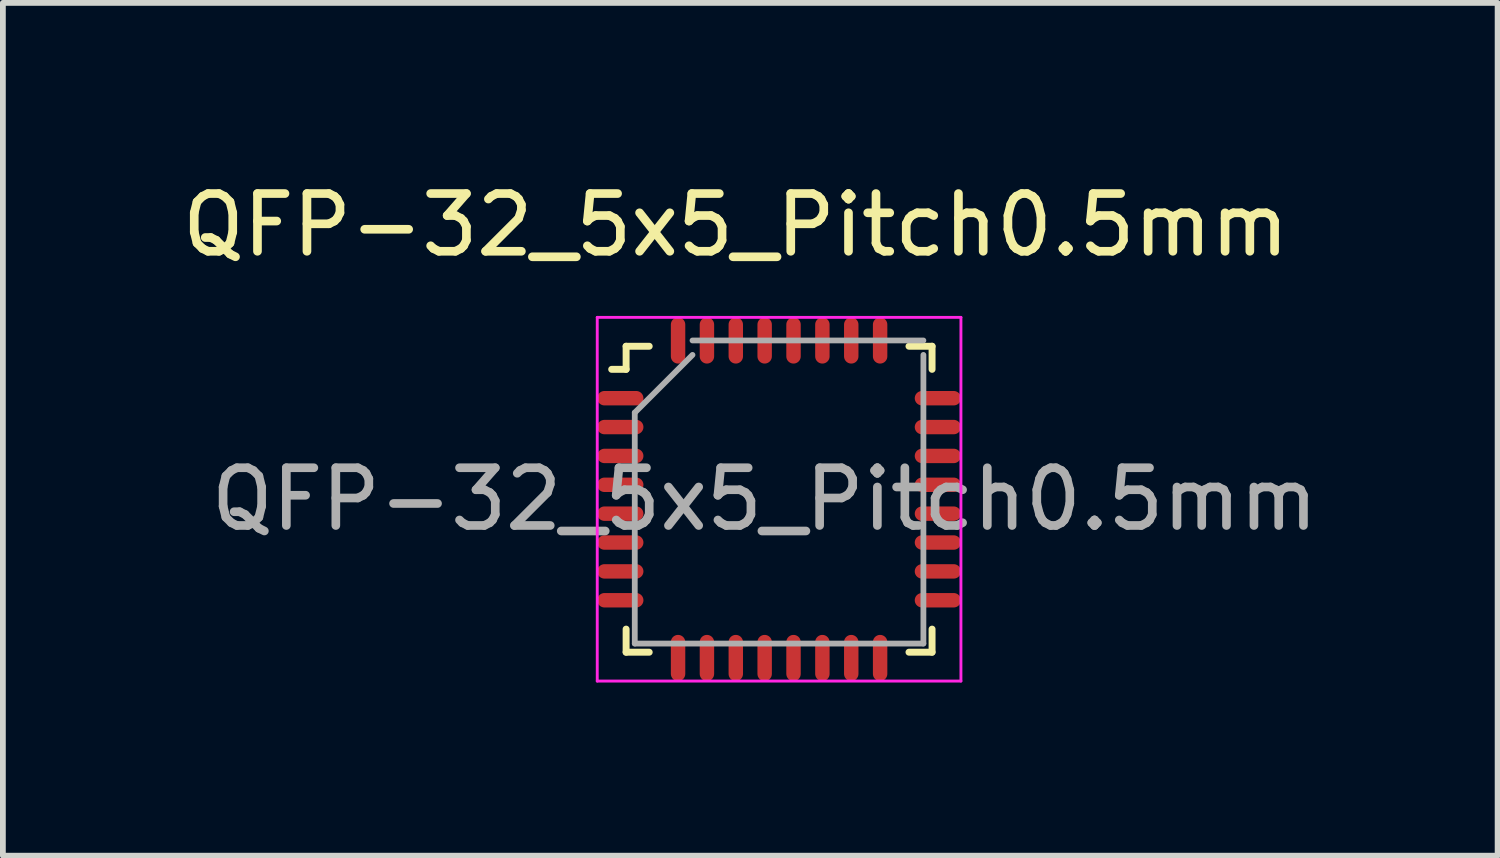
<source format=kicad_pcb>
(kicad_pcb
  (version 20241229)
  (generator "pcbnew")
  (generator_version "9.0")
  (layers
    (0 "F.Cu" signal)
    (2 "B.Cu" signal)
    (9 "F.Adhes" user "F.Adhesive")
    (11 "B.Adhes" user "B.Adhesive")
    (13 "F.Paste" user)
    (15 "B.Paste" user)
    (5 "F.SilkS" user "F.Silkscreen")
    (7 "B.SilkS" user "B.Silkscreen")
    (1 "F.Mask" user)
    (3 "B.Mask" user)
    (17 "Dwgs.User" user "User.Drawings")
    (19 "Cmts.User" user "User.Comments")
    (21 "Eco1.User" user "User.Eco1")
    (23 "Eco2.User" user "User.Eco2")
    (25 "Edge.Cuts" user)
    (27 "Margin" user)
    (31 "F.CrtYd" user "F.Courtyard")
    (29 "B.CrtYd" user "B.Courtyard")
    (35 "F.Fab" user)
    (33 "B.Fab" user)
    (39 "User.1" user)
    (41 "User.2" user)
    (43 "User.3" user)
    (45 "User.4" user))
  (footprint "QFP-32_5x5_Pitch0.5mm"
    (layer "F.Cu")
    (at 10.446 5.598)
    (property "Reference" "QFP-32_5x5_Pitch0.5mm" (at -0.75 -4.75 0) (layer "F.SilkS") (effects (font (size 1 1) (thickness 0.15))))
    (attr smd)
    (fp_line (start -2.65 -2.65) (end -2.65 -2.25) (stroke (width 0.12) (type default)) (layer "F.SilkS"))
    (fp_line (start -2.65 -2.25) (end -2.9 -2.25) (stroke (width 0.12) (type default)) (layer "F.SilkS"))
    (fp_line (start -2.65 2.65) (end -2.65 2.25) (stroke (width 0.12) (type default)) (layer "F.SilkS"))
    (fp_line (start -2.25 -2.65) (end -2.65 -2.65) (stroke (width 0.12) (type default)) (layer "F.SilkS"))
    (fp_line (start -2.25 2.65) (end -2.65 2.65) (stroke (width 0.12) (type default)) (layer "F.SilkS"))
    (fp_line (start 2.25 -2.65) (end 2.65 -2.65) (stroke (width 0.12) (type default)) (layer "F.SilkS"))
    (fp_line (start 2.25 2.65) (end 2.65 2.65) (stroke (width 0.12) (type default)) (layer "F.SilkS"))
    (fp_line (start 2.65 -2.65) (end 2.65 -2.25) (stroke (width 0.12) (type default)) (layer "F.SilkS"))
    (fp_line (start 2.65 2.65) (end 2.65 2.25) (stroke (width 0.12) (type default)) (layer "F.SilkS"))
    (fp_line (start -3.15 -3.15) (end 3.15 -3.15) (stroke (width 0.05) (type default)) (layer "F.CrtYd"))
    (fp_line (start -3.15 3.15) (end -3.15 -3.15) (stroke (width 0.05) (type default)) (layer "F.CrtYd"))
    (fp_line (start 3.15 -3.15) (end 3.15 3.15) (stroke (width 0.05) (type default)) (layer "F.CrtYd"))
    (fp_line (start 3.15 3.15) (end -3.15 3.15) (stroke (width 0.05) (type default)) (layer "F.CrtYd"))
    (fp_line (start -2.5 -1.5) (end -2.5 2.5) (stroke (width 0.1) (type default)) (layer "F.Fab"))
    (fp_line (start -2.5 2.5) (end 2.5 2.5) (stroke (width 0.1) (type default)) (layer "F.Fab"))
    (fp_line (start -1.5 -2.5) (end -2.5 -1.5) (stroke (width 0.1) (type default)) (layer "F.Fab"))
    (fp_line (start 2.5 -2.75) (end -1.5 -2.75) (stroke (width 0.1) (type default)) (layer "F.Fab"))
    (fp_line (start 2.5 2.5) (end 2.5 -2.5) (stroke (width 0.1) (type default)) (layer "F.Fab"))
    (fp_text user "${REFERENCE}" (at -0.25 0 0) (layer "F.Fab") (effects (font (size 1 1) (thickness 0.15))))
    (pad "1" smd oval (at -2.75 -1.75 90) (size 0.25 0.8) (layers "F.Cu" "F.Mask" "F.Paste"))
    (pad "2" smd oval (at -2.75 -1.25 90) (size 0.25 0.8) (layers "F.Cu" "F.Mask" "F.Paste"))
    (pad "3" smd oval (at -2.75 -0.75 90) (size 0.25 0.8) (layers "F.Cu" "F.Mask" "F.Paste"))
    (pad "4" smd oval (at -2.75 -0.25 90) (size 0.25 0.8) (layers "F.Cu" "F.Mask" "F.Paste"))
    (pad "5" smd oval (at -2.75 0.25 90) (size 0.25 0.8) (layers "F.Cu" "F.Mask" "F.Paste"))
    (pad "6" smd oval (at -2.75 0.75 90) (size 0.25 0.8) (layers "F.Cu" "F.Mask" "F.Paste"))
    (pad "7" smd oval (at -2.75 1.25 90) (size 0.25 0.8) (layers "F.Cu" "F.Mask" "F.Paste"))
    (pad "8" smd oval (at -2.75 1.75 90) (size 0.25 0.8) (layers "F.Cu" "F.Mask" "F.Paste"))
    (pad "9" smd oval (at -1.75 2.75) (size 0.25 0.8) (layers "F.Cu" "F.Mask" "F.Paste"))
    (pad "10" smd oval (at -1.25 2.75) (size 0.25 0.8) (layers "F.Cu" "F.Mask" "F.Paste"))
    (pad "11" smd oval (at -0.75 2.75) (size 0.25 0.8) (layers "F.Cu" "F.Mask" "F.Paste"))
    (pad "12" smd oval (at -0.25 2.75) (size 0.25 0.8) (layers "F.Cu" "F.Mask" "F.Paste"))
    (pad "13" smd oval (at 0.25 2.75) (size 0.25 0.8) (layers "F.Cu" "F.Mask" "F.Paste"))
    (pad "14" smd oval (at 0.75 2.75) (size 0.25 0.8) (layers "F.Cu" "F.Mask" "F.Paste"))
    (pad "15" smd oval (at 1.25 2.75) (size 0.25 0.8) (layers "F.Cu" "F.Mask" "F.Paste"))
    (pad "16" smd oval (at 1.75 2.75) (size 0.25 0.8) (layers "F.Cu" "F.Mask" "F.Paste"))
    (pad "17" smd oval (at 2.75 1.75 90) (size 0.25 0.8) (layers "F.Cu" "F.Mask" "F.Paste"))
    (pad "18" smd oval (at 2.75 1.25 90) (size 0.25 0.8) (layers "F.Cu" "F.Mask" "F.Paste"))
    (pad "19" smd oval (at 2.75 0.75 90) (size 0.25 0.8) (layers "F.Cu" "F.Mask" "F.Paste"))
    (pad "20" smd oval (at 2.75 0.25 90) (size 0.25 0.8) (layers "F.Cu" "F.Mask" "F.Paste"))
    (pad "21" smd oval (at 2.75 -0.25 90) (size 0.25 0.8) (layers "F.Cu" "F.Mask" "F.Paste"))
    (pad "22" smd oval (at 2.75 -0.75 90) (size 0.25 0.8) (layers "F.Cu" "F.Mask" "F.Paste"))
    (pad "23" smd oval (at 2.75 -1.25 90) (size 0.25 0.8) (layers "F.Cu" "F.Mask" "F.Paste"))
    (pad "24" smd oval (at 2.75 -1.75 90) (size 0.25 0.8) (layers "F.Cu" "F.Mask" "F.Paste"))
    (pad "25" smd oval (at 1.75 -2.75) (size 0.25 0.8) (layers "F.Cu" "F.Mask" "F.Paste"))
    (pad "26" smd oval (at 1.25 -2.75) (size 0.25 0.8) (layers "F.Cu" "F.Mask" "F.Paste"))
    (pad "27" smd oval (at 0.75 -2.75) (size 0.25 0.8) (layers "F.Cu" "F.Mask" "F.Paste"))
    (pad "28" smd oval (at 0.25 -2.75) (size 0.25 0.8) (layers "F.Cu" "F.Mask" "F.Paste"))
    (pad "29" smd oval (at -0.25 -2.75) (size 0.25 0.8) (layers "F.Cu" "F.Mask" "F.Paste"))
    (pad "30" smd oval (at -0.75 -2.75) (size 0.25 0.8) (layers "F.Cu" "F.Mask" "F.Paste"))
    (pad "31" smd oval (at -1.25 -2.75) (size 0.25 0.8) (layers "F.Cu" "F.Mask" "F.Paste"))
    (pad "32" smd oval (at -1.75 -2.75) (size 0.25 0.8) (layers "F.Cu" "F.Mask" "F.Paste")))
  (gr_rect
    (start -3 -3)
    (end 22.893 11.773)
    (stroke (width 0.1) (type default))
    (fill no)
    (layer "Edge.Cuts")))
</source>
